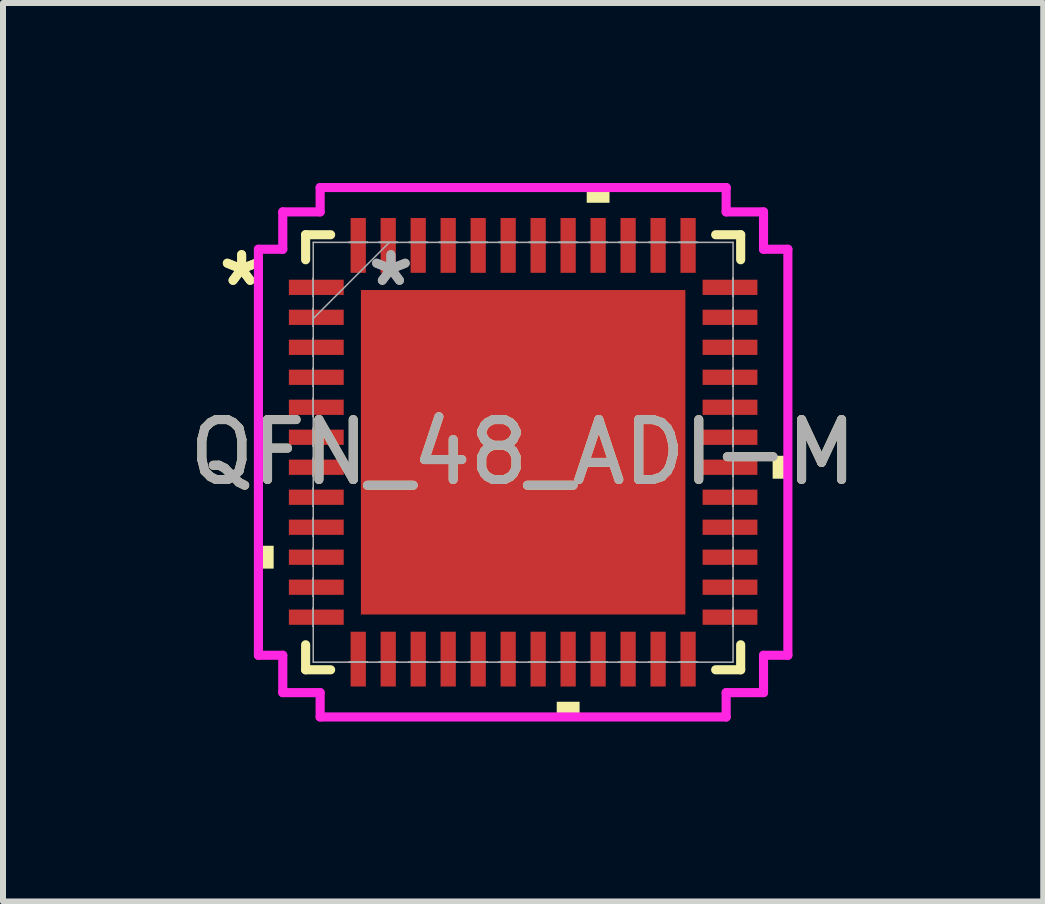
<source format=kicad_pcb>
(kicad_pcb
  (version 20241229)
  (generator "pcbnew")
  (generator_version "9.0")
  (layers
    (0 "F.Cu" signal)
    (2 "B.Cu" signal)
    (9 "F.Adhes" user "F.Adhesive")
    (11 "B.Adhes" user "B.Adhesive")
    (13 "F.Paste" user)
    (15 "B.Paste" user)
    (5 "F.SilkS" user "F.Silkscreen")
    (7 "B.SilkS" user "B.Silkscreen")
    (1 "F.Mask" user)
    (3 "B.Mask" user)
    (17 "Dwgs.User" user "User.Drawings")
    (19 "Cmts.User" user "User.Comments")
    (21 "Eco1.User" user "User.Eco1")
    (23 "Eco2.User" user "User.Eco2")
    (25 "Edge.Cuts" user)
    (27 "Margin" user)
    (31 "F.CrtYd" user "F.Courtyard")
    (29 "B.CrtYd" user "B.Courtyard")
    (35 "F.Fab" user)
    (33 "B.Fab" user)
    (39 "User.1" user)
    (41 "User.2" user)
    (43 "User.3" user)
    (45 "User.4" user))
  (footprint "QFN_48_ADI-M"
    (layer "F.Cu")
    (at 5.673 4.491)
    (property "Reference" "QFN_48_ADI-M" (at 0 0 0) (unlocked yes) (layer "F.SilkS") (effects (font (size 1 1) (thickness 0.15))))
    (attr smd)
    (fp_poly (pts (xy -2.705 -2.705) (xy 2.705 -2.705) (xy 2.705 2.705) (xy -2.705 2.705)) (stroke (width 0) (type solid)) (fill yes) (layer "F.Cu"))
    (fp_poly (pts (xy -2.705 -2.705) (xy 2.705 -2.705) (xy 2.705 2.705) (xy -2.705 2.705)) (stroke (width 0) (type solid)) (fill yes) (layer "F.Mask"))
    (fp_line (start -3.627 -3.627) (end -3.627 -3.21) (stroke (width 0.152) (type solid)) (layer "F.SilkS"))
    (fp_line (start -3.627 3.21) (end -3.627 3.627) (stroke (width 0.152) (type solid)) (layer "F.SilkS"))
    (fp_line (start -3.627 3.627) (end -3.21 3.627) (stroke (width 0.152) (type solid)) (layer "F.SilkS"))
    (fp_line (start -3.21 -3.627) (end -3.627 -3.627) (stroke (width 0.152) (type solid)) (layer "F.SilkS"))
    (fp_line (start 3.21 3.627) (end 3.627 3.627) (stroke (width 0.152) (type solid)) (layer "F.SilkS"))
    (fp_line (start 3.627 -3.627) (end 3.21 -3.627) (stroke (width 0.152) (type solid)) (layer "F.SilkS"))
    (fp_line (start 3.627 -3.21) (end 3.627 -3.627) (stroke (width 0.152) (type solid)) (layer "F.SilkS"))
    (fp_line (start 3.627 3.627) (end 3.627 3.21) (stroke (width 0.152) (type solid)) (layer "F.SilkS"))
    (fp_poly (pts (xy -4.414 1.559) (xy -4.414 1.94) (xy -4.16 1.94) (xy -4.16 1.559)) (stroke (width 0) (type solid)) (fill yes) (layer "F.SilkS"))
    (fp_poly (pts (xy 0.56 4.16) (xy 0.56 4.414) (xy 0.941 4.414) (xy 0.941 4.16)) (stroke (width 0) (type solid)) (fill yes) (layer "F.SilkS"))
    (fp_poly (pts (xy 1.06 -4.16) (xy 1.06 -4.414) (xy 1.44 -4.414) (xy 1.44 -4.16)) (stroke (width 0) (type solid)) (fill yes) (layer "F.SilkS"))
    (fp_poly (pts (xy 4.414 0.059) (xy 4.414 0.441) (xy 4.16 0.441) (xy 4.16 0.059)) (stroke (width 0) (type solid)) (fill yes) (layer "F.SilkS"))
    (fp_poly (pts (xy -2.705 -2.705) (xy 2.705 -2.705) (xy 2.705 2.705) (xy -2.705 2.705)) (stroke (width 0) (type solid)) (fill yes) (layer "F.Paste"))
    (fp_line (start -4.414 -3.385) (end -4.008 -3.385) (stroke (width 0.152) (type solid)) (layer "F.CrtYd"))
    (fp_line (start -4.414 3.385) (end -4.414 -3.385) (stroke (width 0.152) (type solid)) (layer "F.CrtYd"))
    (fp_line (start -4.008 -4.008) (end -3.385 -4.008) (stroke (width 0.152) (type solid)) (layer "F.CrtYd"))
    (fp_line (start -4.008 -3.385) (end -4.008 -4.008) (stroke (width 0.152) (type solid)) (layer "F.CrtYd"))
    (fp_line (start -4.008 3.385) (end -4.414 3.385) (stroke (width 0.152) (type solid)) (layer "F.CrtYd"))
    (fp_line (start -4.008 4.008) (end -4.008 3.385) (stroke (width 0.152) (type solid)) (layer "F.CrtYd"))
    (fp_line (start -3.385 -4.414) (end 3.385 -4.414) (stroke (width 0.152) (type solid)) (layer "F.CrtYd"))
    (fp_line (start -3.385 -4.008) (end -3.385 -4.414) (stroke (width 0.152) (type solid)) (layer "F.CrtYd"))
    (fp_line (start -3.385 4.008) (end -4.008 4.008) (stroke (width 0.152) (type solid)) (layer "F.CrtYd"))
    (fp_line (start -3.385 4.414) (end -3.385 4.008) (stroke (width 0.152) (type solid)) (layer "F.CrtYd"))
    (fp_line (start 3.385 -4.414) (end 3.385 -4.008) (stroke (width 0.152) (type solid)) (layer "F.CrtYd"))
    (fp_line (start 3.385 -4.008) (end 4.008 -4.008) (stroke (width 0.152) (type solid)) (layer "F.CrtYd"))
    (fp_line (start 3.385 4.008) (end 3.385 4.414) (stroke (width 0.152) (type solid)) (layer "F.CrtYd"))
    (fp_line (start 3.385 4.414) (end -3.385 4.414) (stroke (width 0.152) (type solid)) (layer "F.CrtYd"))
    (fp_line (start 4.008 -4.008) (end 4.008 -3.385) (stroke (width 0.152) (type solid)) (layer "F.CrtYd"))
    (fp_line (start 4.008 -3.385) (end 4.414 -3.385) (stroke (width 0.152) (type solid)) (layer "F.CrtYd"))
    (fp_line (start 4.008 3.385) (end 4.008 4.008) (stroke (width 0.152) (type solid)) (layer "F.CrtYd"))
    (fp_line (start 4.008 4.008) (end 3.385 4.008) (stroke (width 0.152) (type solid)) (layer "F.CrtYd"))
    (fp_line (start 4.414 -3.385) (end 4.414 3.385) (stroke (width 0.152) (type solid)) (layer "F.CrtYd"))
    (fp_line (start 4.414 3.385) (end 4.008 3.385) (stroke (width 0.152) (type solid)) (layer "F.CrtYd"))
    (fp_line (start -3.5 -3.5) (end -3.5 3.5) (stroke (width 0.025) (type solid)) (layer "F.Fab"))
    (fp_line (start -3.5 -2.902) (end -3.5 -2.902) (stroke (width 0.025) (type solid)) (layer "F.Fab"))
    (fp_line (start -3.5 -2.902) (end -3.5 -2.598) (stroke (width 0.025) (type solid)) (layer "F.Fab"))
    (fp_line (start -3.5 -2.598) (end -3.5 -2.902) (stroke (width 0.025) (type solid)) (layer "F.Fab"))
    (fp_line (start -3.5 -2.598) (end -3.5 -2.598) (stroke (width 0.025) (type solid)) (layer "F.Fab"))
    (fp_line (start -3.5 -2.402) (end -3.5 -2.402) (stroke (width 0.025) (type solid)) (layer "F.Fab"))
    (fp_line (start -3.5 -2.402) (end -3.5 -2.098) (stroke (width 0.025) (type solid)) (layer "F.Fab"))
    (fp_line (start -3.5 -2.23) (end -2.23 -3.5) (stroke (width 0.025) (type solid)) (layer "F.Fab"))
    (fp_line (start -3.5 -2.098) (end -3.5 -2.402) (stroke (width 0.025) (type solid)) (layer "F.Fab"))
    (fp_line (start -3.5 -2.098) (end -3.5 -2.098) (stroke (width 0.025) (type solid)) (layer "F.Fab"))
    (fp_line (start -3.5 -1.902) (end -3.5 -1.902) (stroke (width 0.025) (type solid)) (layer "F.Fab"))
    (fp_line (start -3.5 -1.902) (end -3.5 -1.598) (stroke (width 0.025) (type solid)) (layer "F.Fab"))
    (fp_line (start -3.5 -1.598) (end -3.5 -1.902) (stroke (width 0.025) (type solid)) (layer "F.Fab"))
    (fp_line (start -3.5 -1.598) (end -3.5 -1.598) (stroke (width 0.025) (type solid)) (layer "F.Fab"))
    (fp_line (start -3.5 -1.402) (end -3.5 -1.402) (stroke (width 0.025) (type solid)) (layer "F.Fab"))
    (fp_line (start -3.5 -1.402) (end -3.5 -1.098) (stroke (width 0.025) (type solid)) (layer "F.Fab"))
    (fp_line (start -3.5 -1.098) (end -3.5 -1.402) (stroke (width 0.025) (type solid)) (layer "F.Fab"))
    (fp_line (start -3.5 -1.098) (end -3.5 -1.098) (stroke (width 0.025) (type solid)) (layer "F.Fab"))
    (fp_line (start -3.5 -0.902) (end -3.5 -0.902) (stroke (width 0.025) (type solid)) (layer "F.Fab"))
    (fp_line (start -3.5 -0.902) (end -3.5 -0.598) (stroke (width 0.025) (type solid)) (layer "F.Fab"))
    (fp_line (start -3.5 -0.598) (end -3.5 -0.902) (stroke (width 0.025) (type solid)) (layer "F.Fab"))
    (fp_line (start -3.5 -0.598) (end -3.5 -0.598) (stroke (width 0.025) (type solid)) (layer "F.Fab"))
    (fp_line (start -3.5 -0.402) (end -3.5 -0.402) (stroke (width 0.025) (type solid)) (layer "F.Fab"))
    (fp_line (start -3.5 -0.402) (end -3.5 -0.098) (stroke (width 0.025) (type solid)) (layer "F.Fab"))
    (fp_line (start -3.5 -0.098) (end -3.5 -0.402) (stroke (width 0.025) (type solid)) (layer "F.Fab"))
    (fp_line (start -3.5 -0.098) (end -3.5 -0.098) (stroke (width 0.025) (type solid)) (layer "F.Fab"))
    (fp_line (start -3.5 0.098) (end -3.5 0.098) (stroke (width 0.025) (type solid)) (layer "F.Fab"))
    (fp_line (start -3.5 0.098) (end -3.5 0.402) (stroke (width 0.025) (type solid)) (layer "F.Fab"))
    (fp_line (start -3.5 0.402) (end -3.5 0.098) (stroke (width 0.025) (type solid)) (layer "F.Fab"))
    (fp_line (start -3.5 0.402) (end -3.5 0.402) (stroke (width 0.025) (type solid)) (layer "F.Fab"))
    (fp_line (start -3.5 0.598) (end -3.5 0.598) (stroke (width 0.025) (type solid)) (layer "F.Fab"))
    (fp_line (start -3.5 0.598) (end -3.5 0.902) (stroke (width 0.025) (type solid)) (layer "F.Fab"))
    (fp_line (start -3.5 0.902) (end -3.5 0.598) (stroke (width 0.025) (type solid)) (layer "F.Fab"))
    (fp_line (start -3.5 0.902) (end -3.5 0.902) (stroke (width 0.025) (type solid)) (layer "F.Fab"))
    (fp_line (start -3.5 1.098) (end -3.5 1.098) (stroke (width 0.025) (type solid)) (layer "F.Fab"))
    (fp_line (start -3.5 1.098) (end -3.5 1.402) (stroke (width 0.025) (type solid)) (layer "F.Fab"))
    (fp_line (start -3.5 1.402) (end -3.5 1.098) (stroke (width 0.025) (type solid)) (layer "F.Fab"))
    (fp_line (start -3.5 1.402) (end -3.5 1.402) (stroke (width 0.025) (type solid)) (layer "F.Fab"))
    (fp_line (start -3.5 1.598) (end -3.5 1.598) (stroke (width 0.025) (type solid)) (layer "F.Fab"))
    (fp_line (start -3.5 1.598) (end -3.5 1.902) (stroke (width 0.025) (type solid)) (layer "F.Fab"))
    (fp_line (start -3.5 1.902) (end -3.5 1.598) (stroke (width 0.025) (type solid)) (layer "F.Fab"))
    (fp_line (start -3.5 1.902) (end -3.5 1.902) (stroke (width 0.025) (type solid)) (layer "F.Fab"))
    (fp_line (start -3.5 2.098) (end -3.5 2.098) (stroke (width 0.025) (type solid)) (layer "F.Fab"))
    (fp_line (start -3.5 2.098) (end -3.5 2.402) (stroke (width 0.025) (type solid)) (layer "F.Fab"))
    (fp_line (start -3.5 2.402) (end -3.5 2.098) (stroke (width 0.025) (type solid)) (layer "F.Fab"))
    (fp_line (start -3.5 2.402) (end -3.5 2.402) (stroke (width 0.025) (type solid)) (layer "F.Fab"))
    (fp_line (start -3.5 2.598) (end -3.5 2.598) (stroke (width 0.025) (type solid)) (layer "F.Fab"))
    (fp_line (start -3.5 2.598) (end -3.5 2.902) (stroke (width 0.025) (type solid)) (layer "F.Fab"))
    (fp_line (start -3.5 2.902) (end -3.5 2.598) (stroke (width 0.025) (type solid)) (layer "F.Fab"))
    (fp_line (start -3.5 2.902) (end -3.5 2.902) (stroke (width 0.025) (type solid)) (layer "F.Fab"))
    (fp_line (start -3.5 3.5) (end 3.5 3.5) (stroke (width 0.025) (type solid)) (layer "F.Fab"))
    (fp_line (start -2.902 -3.5) (end -2.902 -3.5) (stroke (width 0.025) (type solid)) (layer "F.Fab"))
    (fp_line (start -2.902 -3.5) (end -2.598 -3.5) (stroke (width 0.025) (type solid)) (layer "F.Fab"))
    (fp_line (start -2.902 3.5) (end -2.902 3.5) (stroke (width 0.025) (type solid)) (layer "F.Fab"))
    (fp_line (start -2.902 3.5) (end -2.598 3.5) (stroke (width 0.025) (type solid)) (layer "F.Fab"))
    (fp_line (start -2.598 -3.5) (end -2.902 -3.5) (stroke (width 0.025) (type solid)) (layer "F.Fab"))
    (fp_line (start -2.598 -3.5) (end -2.598 -3.5) (stroke (width 0.025) (type solid)) (layer "F.Fab"))
    (fp_line (start -2.598 3.5) (end -2.902 3.5) (stroke (width 0.025) (type solid)) (layer "F.Fab"))
    (fp_line (start -2.598 3.5) (end -2.598 3.5) (stroke (width 0.025) (type solid)) (layer "F.Fab"))
    (fp_line (start -2.402 -3.5) (end -2.402 -3.5) (stroke (width 0.025) (type solid)) (layer "F.Fab"))
    (fp_line (start -2.402 -3.5) (end -2.098 -3.5) (stroke (width 0.025) (type solid)) (layer "F.Fab"))
    (fp_line (start -2.402 3.5) (end -2.402 3.5) (stroke (width 0.025) (type solid)) (layer "F.Fab"))
    (fp_line (start -2.402 3.5) (end -2.098 3.5) (stroke (width 0.025) (type solid)) (layer "F.Fab"))
    (fp_line (start -2.098 -3.5) (end -2.402 -3.5) (stroke (width 0.025) (type solid)) (layer "F.Fab"))
    (fp_line (start -2.098 -3.5) (end -2.098 -3.5) (stroke (width 0.025) (type solid)) (layer "F.Fab"))
    (fp_line (start -2.098 3.5) (end -2.402 3.5) (stroke (width 0.025) (type solid)) (layer "F.Fab"))
    (fp_line (start -2.098 3.5) (end -2.098 3.5) (stroke (width 0.025) (type solid)) (layer "F.Fab"))
    (fp_line (start -1.902 -3.5) (end -1.902 -3.5) (stroke (width 0.025) (type solid)) (layer "F.Fab"))
    (fp_line (start -1.902 -3.5) (end -1.598 -3.5) (stroke (width 0.025) (type solid)) (layer "F.Fab"))
    (fp_line (start -1.902 3.5) (end -1.902 3.5) (stroke (width 0.025) (type solid)) (layer "F.Fab"))
    (fp_line (start -1.902 3.5) (end -1.598 3.5) (stroke (width 0.025) (type solid)) (layer "F.Fab"))
    (fp_line (start -1.598 -3.5) (end -1.902 -3.5) (stroke (width 0.025) (type solid)) (layer "F.Fab"))
    (fp_line (start -1.598 -3.5) (end -1.598 -3.5) (stroke (width 0.025) (type solid)) (layer "F.Fab"))
    (fp_line (start -1.598 3.5) (end -1.902 3.5) (stroke (width 0.025) (type solid)) (layer "F.Fab"))
    (fp_line (start -1.598 3.5) (end -1.598 3.5) (stroke (width 0.025) (type solid)) (layer "F.Fab"))
    (fp_line (start -1.402 -3.5) (end -1.402 -3.5) (stroke (width 0.025) (type solid)) (layer "F.Fab"))
    (fp_line (start -1.402 -3.5) (end -1.098 -3.5) (stroke (width 0.025) (type solid)) (layer "F.Fab"))
    (fp_line (start -1.402 3.5) (end -1.402 3.5) (stroke (width 0.025) (type solid)) (layer "F.Fab"))
    (fp_line (start -1.402 3.5) (end -1.098 3.5) (stroke (width 0.025) (type solid)) (layer "F.Fab"))
    (fp_line (start -1.098 -3.5) (end -1.402 -3.5) (stroke (width 0.025) (type solid)) (layer "F.Fab"))
    (fp_line (start -1.098 -3.5) (end -1.098 -3.5) (stroke (width 0.025) (type solid)) (layer "F.Fab"))
    (fp_line (start -1.098 3.5) (end -1.402 3.5) (stroke (width 0.025) (type solid)) (layer "F.Fab"))
    (fp_line (start -1.098 3.5) (end -1.098 3.5) (stroke (width 0.025) (type solid)) (layer "F.Fab"))
    (fp_line (start -0.902 -3.5) (end -0.902 -3.5) (stroke (width 0.025) (type solid)) (layer "F.Fab"))
    (fp_line (start -0.902 -3.5) (end -0.598 -3.5) (stroke (width 0.025) (type solid)) (layer "F.Fab"))
    (fp_line (start -0.902 3.5) (end -0.902 3.5) (stroke (width 0.025) (type solid)) (layer "F.Fab"))
    (fp_line (start -0.902 3.5) (end -0.598 3.5) (stroke (width 0.025) (type solid)) (layer "F.Fab"))
    (fp_line (start -0.598 -3.5) (end -0.902 -3.5) (stroke (width 0.025) (type solid)) (layer "F.Fab"))
    (fp_line (start -0.598 -3.5) (end -0.598 -3.5) (stroke (width 0.025) (type solid)) (layer "F.Fab"))
    (fp_line (start -0.598 3.5) (end -0.902 3.5) (stroke (width 0.025) (type solid)) (layer "F.Fab"))
    (fp_line (start -0.598 3.5) (end -0.598 3.5) (stroke (width 0.025) (type solid)) (layer "F.Fab"))
    (fp_line (start -0.402 -3.5) (end -0.402 -3.5) (stroke (width 0.025) (type solid)) (layer "F.Fab"))
    (fp_line (start -0.402 -3.5) (end -0.098 -3.5) (stroke (width 0.025) (type solid)) (layer "F.Fab"))
    (fp_line (start -0.402 3.5) (end -0.402 3.5) (stroke (width 0.025) (type solid)) (layer "F.Fab"))
    (fp_line (start -0.402 3.5) (end -0.098 3.5) (stroke (width 0.025) (type solid)) (layer "F.Fab"))
    (fp_line (start -0.098 -3.5) (end -0.402 -3.5) (stroke (width 0.025) (type solid)) (layer "F.Fab"))
    (fp_line (start -0.098 -3.5) (end -0.098 -3.5) (stroke (width 0.025) (type solid)) (layer "F.Fab"))
    (fp_line (start -0.098 3.5) (end -0.402 3.5) (stroke (width 0.025) (type solid)) (layer "F.Fab"))
    (fp_line (start -0.098 3.5) (end -0.098 3.5) (stroke (width 0.025) (type solid)) (layer "F.Fab"))
    (fp_line (start 0.098 -3.5) (end 0.098 -3.5) (stroke (width 0.025) (type solid)) (layer "F.Fab"))
    (fp_line (start 0.098 -3.5) (end 0.402 -3.5) (stroke (width 0.025) (type solid)) (layer "F.Fab"))
    (fp_line (start 0.098 3.5) (end 0.098 3.5) (stroke (width 0.025) (type solid)) (layer "F.Fab"))
    (fp_line (start 0.098 3.5) (end 0.402 3.5) (stroke (width 0.025) (type solid)) (layer "F.Fab"))
    (fp_line (start 0.402 -3.5) (end 0.098 -3.5) (stroke (width 0.025) (type solid)) (layer "F.Fab"))
    (fp_line (start 0.402 -3.5) (end 0.402 -3.5) (stroke (width 0.025) (type solid)) (layer "F.Fab"))
    (fp_line (start 0.402 3.5) (end 0.098 3.5) (stroke (width 0.025) (type solid)) (layer "F.Fab"))
    (fp_line (start 0.402 3.5) (end 0.402 3.5) (stroke (width 0.025) (type solid)) (layer "F.Fab"))
    (fp_line (start 0.598 -3.5) (end 0.598 -3.5) (stroke (width 0.025) (type solid)) (layer "F.Fab"))
    (fp_line (start 0.598 -3.5) (end 0.902 -3.5) (stroke (width 0.025) (type solid)) (layer "F.Fab"))
    (fp_line (start 0.598 3.5) (end 0.598 3.5) (stroke (width 0.025) (type solid)) (layer "F.Fab"))
    (fp_line (start 0.598 3.5) (end 0.902 3.5) (stroke (width 0.025) (type solid)) (layer "F.Fab"))
    (fp_line (start 0.902 -3.5) (end 0.598 -3.5) (stroke (width 0.025) (type solid)) (layer "F.Fab"))
    (fp_line (start 0.902 -3.5) (end 0.902 -3.5) (stroke (width 0.025) (type solid)) (layer "F.Fab"))
    (fp_line (start 0.902 3.5) (end 0.598 3.5) (stroke (width 0.025) (type solid)) (layer "F.Fab"))
    (fp_line (start 0.902 3.5) (end 0.902 3.5) (stroke (width 0.025) (type solid)) (layer "F.Fab"))
    (fp_line (start 1.098 -3.5) (end 1.098 -3.5) (stroke (width 0.025) (type solid)) (layer "F.Fab"))
    (fp_line (start 1.098 -3.5) (end 1.402 -3.5) (stroke (width 0.025) (type solid)) (layer "F.Fab"))
    (fp_line (start 1.098 3.5) (end 1.098 3.5) (stroke (width 0.025) (type solid)) (layer "F.Fab"))
    (fp_line (start 1.098 3.5) (end 1.402 3.5) (stroke (width 0.025) (type solid)) (layer "F.Fab"))
    (fp_line (start 1.402 -3.5) (end 1.098 -3.5) (stroke (width 0.025) (type solid)) (layer "F.Fab"))
    (fp_line (start 1.402 -3.5) (end 1.402 -3.5) (stroke (width 0.025) (type solid)) (layer "F.Fab"))
    (fp_line (start 1.402 3.5) (end 1.098 3.5) (stroke (width 0.025) (type solid)) (layer "F.Fab"))
    (fp_line (start 1.402 3.5) (end 1.402 3.5) (stroke (width 0.025) (type solid)) (layer "F.Fab"))
    (fp_line (start 1.598 -3.5) (end 1.598 -3.5) (stroke (width 0.025) (type solid)) (layer "F.Fab"))
    (fp_line (start 1.598 -3.5) (end 1.902 -3.5) (stroke (width 0.025) (type solid)) (layer "F.Fab"))
    (fp_line (start 1.598 3.5) (end 1.598 3.5) (stroke (width 0.025) (type solid)) (layer "F.Fab"))
    (fp_line (start 1.598 3.5) (end 1.902 3.5) (stroke (width 0.025) (type solid)) (layer "F.Fab"))
    (fp_line (start 1.902 -3.5) (end 1.598 -3.5) (stroke (width 0.025) (type solid)) (layer "F.Fab"))
    (fp_line (start 1.902 -3.5) (end 1.902 -3.5) (stroke (width 0.025) (type solid)) (layer "F.Fab"))
    (fp_line (start 1.902 3.5) (end 1.598 3.5) (stroke (width 0.025) (type solid)) (layer "F.Fab"))
    (fp_line (start 1.902 3.5) (end 1.902 3.5) (stroke (width 0.025) (type solid)) (layer "F.Fab"))
    (fp_line (start 2.098 -3.5) (end 2.098 -3.5) (stroke (width 0.025) (type solid)) (layer "F.Fab"))
    (fp_line (start 2.098 -3.5) (end 2.402 -3.5) (stroke (width 0.025) (type solid)) (layer "F.Fab"))
    (fp_line (start 2.098 3.5) (end 2.098 3.5) (stroke (width 0.025) (type solid)) (layer "F.Fab"))
    (fp_line (start 2.098 3.5) (end 2.402 3.5) (stroke (width 0.025) (type solid)) (layer "F.Fab"))
    (fp_line (start 2.402 -3.5) (end 2.098 -3.5) (stroke (width 0.025) (type solid)) (layer "F.Fab"))
    (fp_line (start 2.402 -3.5) (end 2.402 -3.5) (stroke (width 0.025) (type solid)) (layer "F.Fab"))
    (fp_line (start 2.402 3.5) (end 2.098 3.5) (stroke (width 0.025) (type solid)) (layer "F.Fab"))
    (fp_line (start 2.402 3.5) (end 2.402 3.5) (stroke (width 0.025) (type solid)) (layer "F.Fab"))
    (fp_line (start 2.598 -3.5) (end 2.598 -3.5) (stroke (width 0.025) (type solid)) (layer "F.Fab"))
    (fp_line (start 2.598 -3.5) (end 2.902 -3.5) (stroke (width 0.025) (type solid)) (layer "F.Fab"))
    (fp_line (start 2.598 3.5) (end 2.598 3.5) (stroke (width 0.025) (type solid)) (layer "F.Fab"))
    (fp_line (start 2.598 3.5) (end 2.902 3.5) (stroke (width 0.025) (type solid)) (layer "F.Fab"))
    (fp_line (start 2.902 -3.5) (end 2.598 -3.5) (stroke (width 0.025) (type solid)) (layer "F.Fab"))
    (fp_line (start 2.902 -3.5) (end 2.902 -3.5) (stroke (width 0.025) (type solid)) (layer "F.Fab"))
    (fp_line (start 2.902 3.5) (end 2.598 3.5) (stroke (width 0.025) (type solid)) (layer "F.Fab"))
    (fp_line (start 2.902 3.5) (end 2.902 3.5) (stroke (width 0.025) (type solid)) (layer "F.Fab"))
    (fp_line (start 3.5 -3.5) (end -3.5 -3.5) (stroke (width 0.025) (type solid)) (layer "F.Fab"))
    (fp_line (start 3.5 -2.902) (end 3.5 -2.902) (stroke (width 0.025) (type solid)) (layer "F.Fab"))
    (fp_line (start 3.5 -2.902) (end 3.5 -2.598) (stroke (width 0.025) (type solid)) (layer "F.Fab"))
    (fp_line (start 3.5 -2.598) (end 3.5 -2.902) (stroke (width 0.025) (type solid)) (layer "F.Fab"))
    (fp_line (start 3.5 -2.598) (end 3.5 -2.598) (stroke (width 0.025) (type solid)) (layer "F.Fab"))
    (fp_line (start 3.5 -2.402) (end 3.5 -2.402) (stroke (width 0.025) (type solid)) (layer "F.Fab"))
    (fp_line (start 3.5 -2.402) (end 3.5 -2.098) (stroke (width 0.025) (type solid)) (layer "F.Fab"))
    (fp_line (start 3.5 -2.098) (end 3.5 -2.402) (stroke (width 0.025) (type solid)) (layer "F.Fab"))
    (fp_line (start 3.5 -2.098) (end 3.5 -2.098) (stroke (width 0.025) (type solid)) (layer "F.Fab"))
    (fp_line (start 3.5 -1.902) (end 3.5 -1.902) (stroke (width 0.025) (type solid)) (layer "F.Fab"))
    (fp_line (start 3.5 -1.902) (end 3.5 -1.598) (stroke (width 0.025) (type solid)) (layer "F.Fab"))
    (fp_line (start 3.5 -1.598) (end 3.5 -1.902) (stroke (width 0.025) (type solid)) (layer "F.Fab"))
    (fp_line (start 3.5 -1.598) (end 3.5 -1.598) (stroke (width 0.025) (type solid)) (layer "F.Fab"))
    (fp_line (start 3.5 -1.402) (end 3.5 -1.402) (stroke (width 0.025) (type solid)) (layer "F.Fab"))
    (fp_line (start 3.5 -1.402) (end 3.5 -1.098) (stroke (width 0.025) (type solid)) (layer "F.Fab"))
    (fp_line (start 3.5 -1.098) (end 3.5 -1.402) (stroke (width 0.025) (type solid)) (layer "F.Fab"))
    (fp_line (start 3.5 -1.098) (end 3.5 -1.098) (stroke (width 0.025) (type solid)) (layer "F.Fab"))
    (fp_line (start 3.5 -0.902) (end 3.5 -0.902) (stroke (width 0.025) (type solid)) (layer "F.Fab"))
    (fp_line (start 3.5 -0.902) (end 3.5 -0.598) (stroke (width 0.025) (type solid)) (layer "F.Fab"))
    (fp_line (start 3.5 -0.598) (end 3.5 -0.902) (stroke (width 0.025) (type solid)) (layer "F.Fab"))
    (fp_line (start 3.5 -0.598) (end 3.5 -0.598) (stroke (width 0.025) (type solid)) (layer "F.Fab"))
    (fp_line (start 3.5 -0.402) (end 3.5 -0.402) (stroke (width 0.025) (type solid)) (layer "F.Fab"))
    (fp_line (start 3.5 -0.402) (end 3.5 -0.098) (stroke (width 0.025) (type solid)) (layer "F.Fab"))
    (fp_line (start 3.5 -0.098) (end 3.5 -0.402) (stroke (width 0.025) (type solid)) (layer "F.Fab"))
    (fp_line (start 3.5 -0.098) (end 3.5 -0.098) (stroke (width 0.025) (type solid)) (layer "F.Fab"))
    (fp_line (start 3.5 0.098) (end 3.5 0.098) (stroke (width 0.025) (type solid)) (layer "F.Fab"))
    (fp_line (start 3.5 0.098) (end 3.5 0.402) (stroke (width 0.025) (type solid)) (layer "F.Fab"))
    (fp_line (start 3.5 0.402) (end 3.5 0.098) (stroke (width 0.025) (type solid)) (layer "F.Fab"))
    (fp_line (start 3.5 0.402) (end 3.5 0.402) (stroke (width 0.025) (type solid)) (layer "F.Fab"))
    (fp_line (start 3.5 0.598) (end 3.5 0.598) (stroke (width 0.025) (type solid)) (layer "F.Fab"))
    (fp_line (start 3.5 0.598) (end 3.5 0.902) (stroke (width 0.025) (type solid)) (layer "F.Fab"))
    (fp_line (start 3.5 0.902) (end 3.5 0.598) (stroke (width 0.025) (type solid)) (layer "F.Fab"))
    (fp_line (start 3.5 0.902) (end 3.5 0.902) (stroke (width 0.025) (type solid)) (layer "F.Fab"))
    (fp_line (start 3.5 1.098) (end 3.5 1.098) (stroke (width 0.025) (type solid)) (layer "F.Fab"))
    (fp_line (start 3.5 1.098) (end 3.5 1.402) (stroke (width 0.025) (type solid)) (layer "F.Fab"))
    (fp_line (start 3.5 1.402) (end 3.5 1.098) (stroke (width 0.025) (type solid)) (layer "F.Fab"))
    (fp_line (start 3.5 1.402) (end 3.5 1.402) (stroke (width 0.025) (type solid)) (layer "F.Fab"))
    (fp_line (start 3.5 1.598) (end 3.5 1.598) (stroke (width 0.025) (type solid)) (layer "F.Fab"))
    (fp_line (start 3.5 1.598) (end 3.5 1.902) (stroke (width 0.025) (type solid)) (layer "F.Fab"))
    (fp_line (start 3.5 1.902) (end 3.5 1.598) (stroke (width 0.025) (type solid)) (layer "F.Fab"))
    (fp_line (start 3.5 1.902) (end 3.5 1.902) (stroke (width 0.025) (type solid)) (layer "F.Fab"))
    (fp_line (start 3.5 2.098) (end 3.5 2.098) (stroke (width 0.025) (type solid)) (layer "F.Fab"))
    (fp_line (start 3.5 2.098) (end 3.5 2.402) (stroke (width 0.025) (type solid)) (layer "F.Fab"))
    (fp_line (start 3.5 2.402) (end 3.5 2.098) (stroke (width 0.025) (type solid)) (layer "F.Fab"))
    (fp_line (start 3.5 2.402) (end 3.5 2.402) (stroke (width 0.025) (type solid)) (layer "F.Fab"))
    (fp_line (start 3.5 2.598) (end 3.5 2.598) (stroke (width 0.025) (type solid)) (layer "F.Fab"))
    (fp_line (start 3.5 2.598) (end 3.5 2.902) (stroke (width 0.025) (type solid)) (layer "F.Fab"))
    (fp_line (start 3.5 2.902) (end 3.5 2.598) (stroke (width 0.025) (type solid)) (layer "F.Fab"))
    (fp_line (start 3.5 2.902) (end 3.5 2.902) (stroke (width 0.025) (type solid)) (layer "F.Fab"))
    (fp_line (start 3.5 3.5) (end 3.5 -3.5) (stroke (width 0.025) (type solid)) (layer "F.Fab"))
    (fp_text user "*" (at -4.694 -2.75 0) (unlocked yes) (layer "F.SilkS") (effects (font (size 1 1) (thickness 0.15))))
    (fp_text user "*" (at -4.694 -2.75 0) (layer "F.SilkS") (effects (font (size 1 1) (thickness 0.15))))
    (fp_text user "*" (at -2.205 -2.75 0) (unlocked yes) (layer "F.Fab") (effects (font (size 1 1) (thickness 0.15))))
    (fp_text user "${REFERENCE}" (at 0 0 0) (unlocked yes) (layer "F.Fab") (effects (font (size 1 1) (thickness 0.15))))
    (fp_text user "*" (at -2.205 -2.75 0) (layer "F.Fab") (effects (font (size 1 1) (thickness 0.15))))
    (pad "1" smd rect (at -3.449 -2.75 90) (size 0.254 0.914) (layers "F.Cu" "F.Mask" "F.Paste"))
    (pad "2" smd rect (at -3.449 -2.25 90) (size 0.254 0.914) (layers "F.Cu" "F.Mask" "F.Paste"))
    (pad "3" smd rect (at -3.449 -1.75 90) (size 0.254 0.914) (layers "F.Cu" "F.Mask" "F.Paste"))
    (pad "4" smd rect (at -3.449 -1.25 90) (size 0.254 0.914) (layers "F.Cu" "F.Mask" "F.Paste"))
    (pad "5" smd rect (at -3.449 -0.75 90) (size 0.254 0.914) (layers "F.Cu" "F.Mask" "F.Paste"))
    (pad "6" smd rect (at -3.449 -0.25 90) (size 0.254 0.914) (layers "F.Cu" "F.Mask" "F.Paste"))
    (pad "7" smd rect (at -3.449 0.25 90) (size 0.254 0.914) (layers "F.Cu" "F.Mask" "F.Paste"))
    (pad "8" smd rect (at -3.449 0.75 90) (size 0.254 0.914) (layers "F.Cu" "F.Mask" "F.Paste"))
    (pad "9" smd rect (at -3.449 1.25 90) (size 0.254 0.914) (layers "F.Cu" "F.Mask" "F.Paste"))
    (pad "10" smd rect (at -3.449 1.75 90) (size 0.254 0.914) (layers "F.Cu" "F.Mask" "F.Paste"))
    (pad "11" smd rect (at -3.449 2.25 90) (size 0.254 0.914) (layers "F.Cu" "F.Mask" "F.Paste"))
    (pad "12" smd rect (at -3.449 2.75 90) (size 0.254 0.914) (layers "F.Cu" "F.Mask" "F.Paste"))
    (pad "13" smd rect (at -2.75 3.449) (size 0.254 0.914) (layers "F.Cu" "F.Mask" "F.Paste"))
    (pad "14" smd rect (at -2.25 3.449) (size 0.254 0.914) (layers "F.Cu" "F.Mask" "F.Paste"))
    (pad "15" smd rect (at -1.75 3.449) (size 0.254 0.914) (layers "F.Cu" "F.Mask" "F.Paste"))
    (pad "16" smd rect (at -1.25 3.449) (size 0.254 0.914) (layers "F.Cu" "F.Mask" "F.Paste"))
    (pad "17" smd rect (at -0.75 3.449) (size 0.254 0.914) (layers "F.Cu" "F.Mask" "F.Paste"))
    (pad "18" smd rect (at -0.25 3.449) (size 0.254 0.914) (layers "F.Cu" "F.Mask" "F.Paste"))
    (pad "19" smd rect (at 0.25 3.449) (size 0.254 0.914) (layers "F.Cu" "F.Mask" "F.Paste"))
    (pad "20" smd rect (at 0.75 3.449) (size 0.254 0.914) (layers "F.Cu" "F.Mask" "F.Paste"))
    (pad "21" smd rect (at 1.25 3.449) (size 0.254 0.914) (layers "F.Cu" "F.Mask" "F.Paste"))
    (pad "22" smd rect (at 1.75 3.449) (size 0.254 0.914) (layers "F.Cu" "F.Mask" "F.Paste"))
    (pad "23" smd rect (at 2.25 3.449) (size 0.254 0.914) (layers "F.Cu" "F.Mask" "F.Paste"))
    (pad "24" smd rect (at 2.75 3.449) (size 0.254 0.914) (layers "F.Cu" "F.Mask" "F.Paste"))
    (pad "25" smd rect (at 3.449 2.75 90) (size 0.254 0.914) (layers "F.Cu" "F.Mask" "F.Paste"))
    (pad "26" smd rect (at 3.449 2.25 90) (size 0.254 0.914) (layers "F.Cu" "F.Mask" "F.Paste"))
    (pad "27" smd rect (at 3.449 1.75 90) (size 0.254 0.914) (layers "F.Cu" "F.Mask" "F.Paste"))
    (pad "28" smd rect (at 3.449 1.25 90) (size 0.254 0.914) (layers "F.Cu" "F.Mask" "F.Paste"))
    (pad "29" smd rect (at 3.449 0.75 90) (size 0.254 0.914) (layers "F.Cu" "F.Mask" "F.Paste"))
    (pad "30" smd rect (at 3.449 0.25 90) (size 0.254 0.914) (layers "F.Cu" "F.Mask" "F.Paste"))
    (pad "31" smd rect (at 3.449 -0.25 90) (size 0.254 0.914) (layers "F.Cu" "F.Mask" "F.Paste"))
    (pad "32" smd rect (at 3.449 -0.75 90) (size 0.254 0.914) (layers "F.Cu" "F.Mask" "F.Paste"))
    (pad "33" smd rect (at 3.449 -1.25 90) (size 0.254 0.914) (layers "F.Cu" "F.Mask" "F.Paste"))
    (pad "34" smd rect (at 3.449 -1.75 90) (size 0.254 0.914) (layers "F.Cu" "F.Mask" "F.Paste"))
    (pad "35" smd rect (at 3.449 -2.25 90) (size 0.254 0.914) (layers "F.Cu" "F.Mask" "F.Paste"))
    (pad "36" smd rect (at 3.449 -2.75 90) (size 0.254 0.914) (layers "F.Cu" "F.Mask" "F.Paste"))
    (pad "37" smd rect (at 2.75 -3.449) (size 0.254 0.914) (layers "F.Cu" "F.Mask" "F.Paste"))
    (pad "38" smd rect (at 2.25 -3.449) (size 0.254 0.914) (layers "F.Cu" "F.Mask" "F.Paste"))
    (pad "39" smd rect (at 1.75 -3.449) (size 0.254 0.914) (layers "F.Cu" "F.Mask" "F.Paste"))
    (pad "40" smd rect (at 1.25 -3.449) (size 0.254 0.914) (layers "F.Cu" "F.Mask" "F.Paste"))
    (pad "41" smd rect (at 0.75 -3.449) (size 0.254 0.914) (layers "F.Cu" "F.Mask" "F.Paste"))
    (pad "42" smd rect (at 0.25 -3.449) (size 0.254 0.914) (layers "F.Cu" "F.Mask" "F.Paste"))
    (pad "43" smd rect (at -0.25 -3.449) (size 0.254 0.914) (layers "F.Cu" "F.Mask" "F.Paste"))
    (pad "44" smd rect (at -0.75 -3.449) (size 0.254 0.914) (layers "F.Cu" "F.Mask" "F.Paste"))
    (pad "45" smd rect (at -1.25 -3.449) (size 0.254 0.914) (layers "F.Cu" "F.Mask" "F.Paste"))
    (pad "46" smd rect (at -1.75 -3.449) (size 0.254 0.914) (layers "F.Cu" "F.Mask" "F.Paste"))
    (pad "47" smd rect (at -2.25 -3.449) (size 0.254 0.914) (layers "F.Cu" "F.Mask" "F.Paste"))
    (pad "48" smd rect (at -2.75 -3.449) (size 0.254 0.914) (layers "F.Cu" "F.Mask" "F.Paste")))
  (gr_rect
    (start -3 -3)
    (end 14.345 11.981)
    (stroke (width 0.1) (type default))
    (fill no)
    (layer "Edge.Cuts")))
</source>
